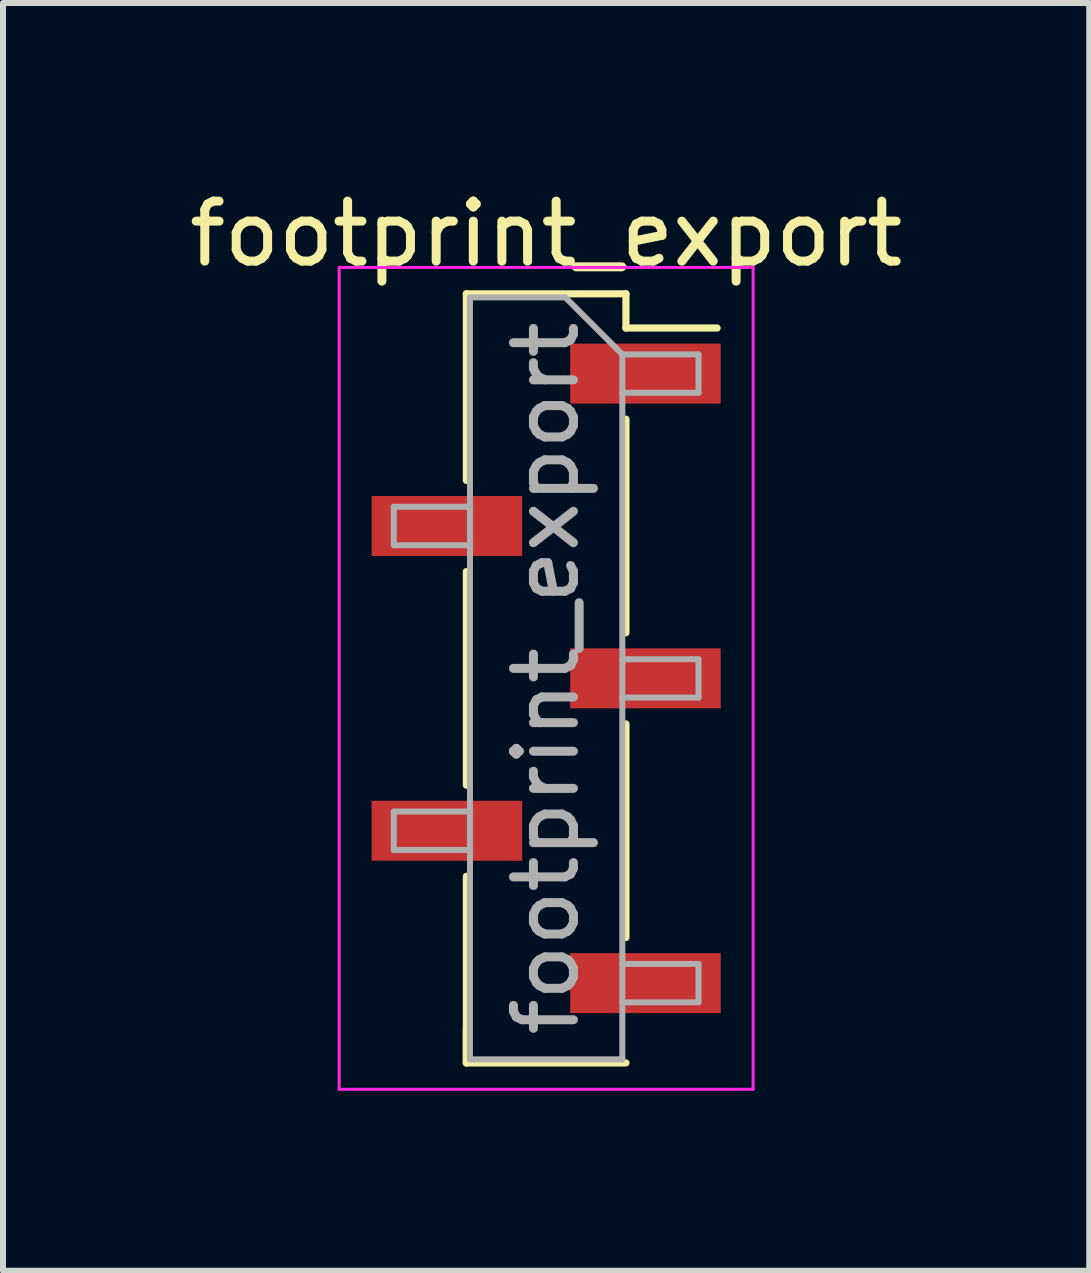
<source format=kicad_pcb>
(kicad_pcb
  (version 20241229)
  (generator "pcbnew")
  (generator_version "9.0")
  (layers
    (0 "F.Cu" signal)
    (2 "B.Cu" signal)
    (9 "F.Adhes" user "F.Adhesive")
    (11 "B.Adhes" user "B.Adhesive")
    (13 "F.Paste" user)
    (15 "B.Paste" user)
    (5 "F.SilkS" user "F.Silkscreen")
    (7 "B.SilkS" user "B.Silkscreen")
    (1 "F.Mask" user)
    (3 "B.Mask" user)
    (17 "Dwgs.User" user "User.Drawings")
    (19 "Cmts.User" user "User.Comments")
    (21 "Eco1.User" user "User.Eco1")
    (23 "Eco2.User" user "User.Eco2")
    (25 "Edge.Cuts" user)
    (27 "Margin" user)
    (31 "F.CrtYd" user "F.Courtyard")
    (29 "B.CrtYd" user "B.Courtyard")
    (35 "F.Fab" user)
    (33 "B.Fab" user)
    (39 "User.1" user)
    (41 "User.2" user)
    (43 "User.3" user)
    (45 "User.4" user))
  (footprint "footprint_export"
    (layer "F.Cu")
    (at 6.054 8.258)
    (property "Reference" "footprint_export" (at 0 -7.41 0) (layer "F.SilkS") (effects (font (size 1 1) (thickness 0.15))))
    (attr smd)
    (fp_line (start -1.33 -6.41) (end -1.33 -3.3) (stroke (width 0.12) (type solid)) (layer "F.SilkS"))
    (fp_line (start -1.33 -6.41) (end 1.33 -6.41) (stroke (width 0.12) (type solid)) (layer "F.SilkS"))
    (fp_line (start -1.33 -1.78) (end -1.33 1.78) (stroke (width 0.12) (type solid)) (layer "F.SilkS"))
    (fp_line (start -1.33 3.3) (end -1.33 6.41) (stroke (width 0.12) (type solid)) (layer "F.SilkS"))
    (fp_line (start -1.33 5.84) (end -1.33 6.41) (stroke (width 0.12) (type solid)) (layer "F.SilkS"))
    (fp_line (start -1.33 6.41) (end 1.33 6.41) (stroke (width 0.12) (type solid)) (layer "F.SilkS"))
    (fp_line (start 1.33 -6.41) (end 1.33 -5.84) (stroke (width 0.12) (type solid)) (layer "F.SilkS"))
    (fp_line (start 1.33 -5.84) (end 2.85 -5.84) (stroke (width 0.12) (type solid)) (layer "F.SilkS"))
    (fp_line (start 1.33 -4.32) (end 1.33 -0.76) (stroke (width 0.12) (type solid)) (layer "F.SilkS"))
    (fp_line (start 1.33 0.76) (end 1.33 4.32) (stroke (width 0.12) (type solid)) (layer "F.SilkS"))
    (fp_line (start -3.45 -6.85) (end -3.45 6.85) (stroke (width 0.05) (type solid)) (layer "F.CrtYd"))
    (fp_line (start -3.45 6.85) (end 3.45 6.85) (stroke (width 0.05) (type solid)) (layer "F.CrtYd"))
    (fp_line (start 3.45 -6.85) (end -3.45 -6.85) (stroke (width 0.05) (type solid)) (layer "F.CrtYd"))
    (fp_line (start 3.45 6.85) (end 3.45 -6.85) (stroke (width 0.05) (type solid)) (layer "F.CrtYd"))
    (fp_line (start -2.54 -2.86) (end -2.54 -2.22) (stroke (width 0.1) (type solid)) (layer "F.Fab"))
    (fp_line (start -2.54 -2.22) (end -1.27 -2.22) (stroke (width 0.1) (type solid)) (layer "F.Fab"))
    (fp_line (start -2.54 2.22) (end -2.54 2.86) (stroke (width 0.1) (type solid)) (layer "F.Fab"))
    (fp_line (start -2.54 2.86) (end -1.27 2.86) (stroke (width 0.1) (type solid)) (layer "F.Fab"))
    (fp_line (start -1.27 -6.35) (end -1.27 6.35) (stroke (width 0.1) (type solid)) (layer "F.Fab"))
    (fp_line (start -1.27 -6.35) (end 0.32 -6.35) (stroke (width 0.1) (type solid)) (layer "F.Fab"))
    (fp_line (start -1.27 -2.86) (end -2.54 -2.86) (stroke (width 0.1) (type solid)) (layer "F.Fab"))
    (fp_line (start -1.27 2.22) (end -2.54 2.22) (stroke (width 0.1) (type solid)) (layer "F.Fab"))
    (fp_line (start 1.27 -5.4) (end 0.32 -6.35) (stroke (width 0.1) (type solid)) (layer "F.Fab"))
    (fp_line (start 1.27 -5.4) (end 2.54 -5.4) (stroke (width 0.1) (type solid)) (layer "F.Fab"))
    (fp_line (start 1.27 -0.32) (end 2.54 -0.32) (stroke (width 0.1) (type solid)) (layer "F.Fab"))
    (fp_line (start 1.27 4.76) (end 2.54 4.76) (stroke (width 0.1) (type solid)) (layer "F.Fab"))
    (fp_line (start 1.27 6.35) (end -1.27 6.35) (stroke (width 0.1) (type solid)) (layer "F.Fab"))
    (fp_line (start 1.27 6.35) (end 1.27 -5.4) (stroke (width 0.1) (type solid)) (layer "F.Fab"))
    (fp_line (start 2.54 -5.4) (end 2.54 -4.76) (stroke (width 0.1) (type solid)) (layer "F.Fab"))
    (fp_line (start 2.54 -4.76) (end 1.27 -4.76) (stroke (width 0.1) (type solid)) (layer "F.Fab"))
    (fp_line (start 2.54 -0.32) (end 2.54 0.32) (stroke (width 0.1) (type solid)) (layer "F.Fab"))
    (fp_line (start 2.54 0.32) (end 1.27 0.32) (stroke (width 0.1) (type solid)) (layer "F.Fab"))
    (fp_line (start 2.54 4.76) (end 2.54 5.4) (stroke (width 0.1) (type solid)) (layer "F.Fab"))
    (fp_line (start 2.54 5.4) (end 1.27 5.4) (stroke (width 0.1) (type solid)) (layer "F.Fab"))
    (fp_text user "${REFERENCE}" (at 0 0 90) (layer "F.Fab") (effects (font (size 1 1) (thickness 0.15))))
    (pad "1" smd rect (at 1.655 -5.08) (size 2.51 1) (layers "F.Cu" "F.Mask" "F.Paste"))
    (pad "2" smd rect (at -1.655 -2.54) (size 2.51 1) (layers "F.Cu" "F.Mask" "F.Paste"))
    (pad "3" smd rect (at 1.655 0) (size 2.51 1) (layers "F.Cu" "F.Mask" "F.Paste"))
    (pad "4" smd rect (at -1.655 2.54) (size 2.51 1) (layers "F.Cu" "F.Mask" "F.Paste"))
    (pad "5" smd rect (at 1.655 5.08) (size 2.51 1) (layers "F.Cu" "F.Mask" "F.Paste")))
  (gr_rect
    (start -3 -3)
    (end 15.107 18.133)
    (stroke (width 0.1) (type default))
    (fill no)
    (layer "Edge.Cuts")))
</source>
